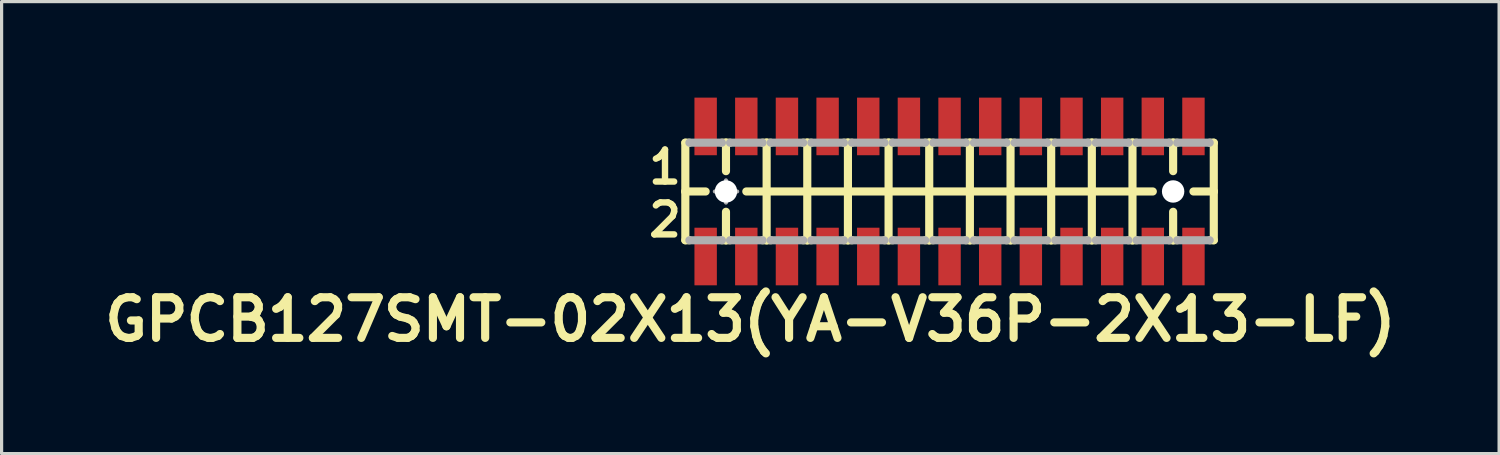
<source format=kicad_pcb>
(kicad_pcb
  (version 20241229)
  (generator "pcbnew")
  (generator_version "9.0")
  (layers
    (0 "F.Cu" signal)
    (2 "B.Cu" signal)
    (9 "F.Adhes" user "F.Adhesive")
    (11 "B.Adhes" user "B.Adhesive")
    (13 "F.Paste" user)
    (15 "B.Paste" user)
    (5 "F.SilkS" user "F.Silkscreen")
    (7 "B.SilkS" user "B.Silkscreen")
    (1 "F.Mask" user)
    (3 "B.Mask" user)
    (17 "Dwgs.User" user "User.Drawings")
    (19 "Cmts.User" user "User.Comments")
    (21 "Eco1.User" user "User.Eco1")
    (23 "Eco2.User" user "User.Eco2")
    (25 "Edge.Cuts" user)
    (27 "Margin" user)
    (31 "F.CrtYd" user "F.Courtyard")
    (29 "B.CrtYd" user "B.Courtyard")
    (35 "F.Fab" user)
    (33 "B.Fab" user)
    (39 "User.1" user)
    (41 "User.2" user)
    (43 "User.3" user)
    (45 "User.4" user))
  (footprint "GPCB127SMT-02X13(YA-V36P-2X13-LF)"
    (layer "F.Cu")
    (at 26.616 2.932)
    (property "Reference" "GPCB127SMT-02X13(YA-V36P-2X13-LF)" (at -6.223 4 0) (layer "F.SilkS") (effects (font (size 1.27 1.27) (thickness 0.254))))
    (attr smd)
    (fp_line (start -8.255 -1.524) (end -8.255 0) (stroke (width 0.254) (type solid)) (layer "F.SilkS"))
    (fp_line (start -8.255 0) (end -8.255 1.524) (stroke (width 0.254) (type solid)) (layer "F.SilkS"))
    (fp_line (start -8.255 0) (end -7.62 0) (stroke (width 0.254) (type solid)) (layer "F.SilkS"))
    (fp_line (start -8.255 1.524) (end -8.128 1.524) (stroke (width 0.254) (type solid)) (layer "F.SilkS"))
    (fp_line (start -8.128 -1.524) (end -8.255 -1.524) (stroke (width 0.254) (type solid)) (layer "F.SilkS"))
    (fp_line (start -7.112 -1.524) (end -6.985 -1.524) (stroke (width 0.254) (type solid)) (layer "F.SilkS"))
    (fp_line (start -7.112 1.524) (end -6.985 1.524) (stroke (width 0.254) (type solid)) (layer "F.SilkS"))
    (fp_line (start -6.985 -1.524) (end -6.858 -1.524) (stroke (width 0.254) (type solid)) (layer "F.SilkS"))
    (fp_line (start -6.985 -0.635) (end -6.985 -1.524) (stroke (width 0.254) (type solid)) (layer "F.SilkS"))
    (fp_line (start -6.985 1.524) (end -6.985 0.635) (stroke (width 0.254) (type solid)) (layer "F.SilkS"))
    (fp_line (start -6.985 1.524) (end -6.858 1.524) (stroke (width 0.254) (type solid)) (layer "F.SilkS"))
    (fp_line (start -6.35 0) (end -5.715 0) (stroke (width 0.254) (type solid)) (layer "F.SilkS"))
    (fp_line (start -5.842 -1.524) (end -5.715 -1.524) (stroke (width 0.254) (type solid)) (layer "F.SilkS"))
    (fp_line (start -5.842 1.524) (end -5.715 1.524) (stroke (width 0.254) (type solid)) (layer "F.SilkS"))
    (fp_line (start -5.715 -1.524) (end -5.588 -1.524) (stroke (width 0.254) (type solid)) (layer "F.SilkS"))
    (fp_line (start -5.715 0) (end -5.715 -1.524) (stroke (width 0.254) (type solid)) (layer "F.SilkS"))
    (fp_line (start -5.715 0) (end -4.445 0) (stroke (width 0.254) (type solid)) (layer "F.SilkS"))
    (fp_line (start -5.715 1.524) (end -5.715 0) (stroke (width 0.254) (type solid)) (layer "F.SilkS"))
    (fp_line (start -5.715 1.524) (end -5.588 1.524) (stroke (width 0.254) (type solid)) (layer "F.SilkS"))
    (fp_line (start -4.572 -1.524) (end -4.445 -1.524) (stroke (width 0.254) (type solid)) (layer "F.SilkS"))
    (fp_line (start -4.572 1.524) (end -4.445 1.524) (stroke (width 0.254) (type solid)) (layer "F.SilkS"))
    (fp_line (start -4.445 -1.524) (end -4.318 -1.524) (stroke (width 0.254) (type solid)) (layer "F.SilkS"))
    (fp_line (start -4.445 0) (end -4.445 -1.524) (stroke (width 0.254) (type solid)) (layer "F.SilkS"))
    (fp_line (start -4.445 0) (end -3.175 0) (stroke (width 0.254) (type solid)) (layer "F.SilkS"))
    (fp_line (start -4.445 1.524) (end -4.445 0) (stroke (width 0.254) (type solid)) (layer "F.SilkS"))
    (fp_line (start -4.445 1.524) (end -4.318 1.524) (stroke (width 0.254) (type solid)) (layer "F.SilkS"))
    (fp_line (start -3.302 -1.524) (end -3.175 -1.524) (stroke (width 0.254) (type solid)) (layer "F.SilkS"))
    (fp_line (start -3.302 1.524) (end -3.175 1.524) (stroke (width 0.254) (type solid)) (layer "F.SilkS"))
    (fp_line (start -3.175 -1.524) (end -3.048 -1.524) (stroke (width 0.254) (type solid)) (layer "F.SilkS"))
    (fp_line (start -3.175 0) (end -3.175 -1.524) (stroke (width 0.254) (type solid)) (layer "F.SilkS"))
    (fp_line (start -3.175 0) (end -1.905 0) (stroke (width 0.254) (type solid)) (layer "F.SilkS"))
    (fp_line (start -3.175 1.524) (end -3.175 0) (stroke (width 0.254) (type solid)) (layer "F.SilkS"))
    (fp_line (start -3.175 1.524) (end -3.048 1.524) (stroke (width 0.254) (type solid)) (layer "F.SilkS"))
    (fp_line (start -2.032 -1.524) (end -1.905 -1.524) (stroke (width 0.254) (type solid)) (layer "F.SilkS"))
    (fp_line (start -2.032 1.524) (end -1.905 1.524) (stroke (width 0.254) (type solid)) (layer "F.SilkS"))
    (fp_line (start -1.905 -1.524) (end -1.778 -1.524) (stroke (width 0.254) (type solid)) (layer "F.SilkS"))
    (fp_line (start -1.905 0) (end -1.905 -1.524) (stroke (width 0.254) (type solid)) (layer "F.SilkS"))
    (fp_line (start -1.905 0) (end -0.635 0) (stroke (width 0.254) (type solid)) (layer "F.SilkS"))
    (fp_line (start -1.905 1.524) (end -1.905 0) (stroke (width 0.254) (type solid)) (layer "F.SilkS"))
    (fp_line (start -1.905 1.524) (end -1.778 1.524) (stroke (width 0.254) (type solid)) (layer "F.SilkS"))
    (fp_line (start -0.762 -1.524) (end -0.635 -1.524) (stroke (width 0.254) (type solid)) (layer "F.SilkS"))
    (fp_line (start -0.762 1.524) (end -0.635 1.524) (stroke (width 0.254) (type solid)) (layer "F.SilkS"))
    (fp_line (start -0.635 -1.524) (end -0.508 -1.524) (stroke (width 0.254) (type solid)) (layer "F.SilkS"))
    (fp_line (start -0.635 0) (end -0.635 -1.524) (stroke (width 0.254) (type solid)) (layer "F.SilkS"))
    (fp_line (start -0.635 0) (end 0.635 0) (stroke (width 0.254) (type solid)) (layer "F.SilkS"))
    (fp_line (start -0.635 1.524) (end -0.635 0) (stroke (width 0.254) (type solid)) (layer "F.SilkS"))
    (fp_line (start -0.635 1.524) (end -0.508 1.524) (stroke (width 0.254) (type solid)) (layer "F.SilkS"))
    (fp_line (start 0.508 -1.524) (end 0.635 -1.524) (stroke (width 0.254) (type solid)) (layer "F.SilkS"))
    (fp_line (start 0.508 1.524) (end 0.635 1.524) (stroke (width 0.254) (type solid)) (layer "F.SilkS"))
    (fp_line (start 0.635 -1.524) (end 0.762 -1.524) (stroke (width 0.254) (type solid)) (layer "F.SilkS"))
    (fp_line (start 0.635 0) (end 0.635 -1.524) (stroke (width 0.254) (type solid)) (layer "F.SilkS"))
    (fp_line (start 0.635 0) (end 1.905 0) (stroke (width 0.254) (type solid)) (layer "F.SilkS"))
    (fp_line (start 0.635 1.524) (end 0.635 0) (stroke (width 0.254) (type solid)) (layer "F.SilkS"))
    (fp_line (start 0.635 1.524) (end 0.762 1.524) (stroke (width 0.254) (type solid)) (layer "F.SilkS"))
    (fp_line (start 1.778 -1.524) (end 1.905 -1.524) (stroke (width 0.254) (type solid)) (layer "F.SilkS"))
    (fp_line (start 1.778 1.524) (end 1.905 1.524) (stroke (width 0.254) (type solid)) (layer "F.SilkS"))
    (fp_line (start 1.905 -1.524) (end 2.032 -1.524) (stroke (width 0.254) (type solid)) (layer "F.SilkS"))
    (fp_line (start 1.905 0) (end 1.905 -1.524) (stroke (width 0.254) (type solid)) (layer "F.SilkS"))
    (fp_line (start 1.905 0) (end 3.175 0) (stroke (width 0.254) (type solid)) (layer "F.SilkS"))
    (fp_line (start 1.905 1.524) (end 1.905 0) (stroke (width 0.254) (type solid)) (layer "F.SilkS"))
    (fp_line (start 1.905 1.524) (end 2.032 1.524) (stroke (width 0.254) (type solid)) (layer "F.SilkS"))
    (fp_line (start 3.048 -1.524) (end 3.302 -1.524) (stroke (width 0.254) (type solid)) (layer "F.SilkS"))
    (fp_line (start 3.048 1.524) (end 3.175 1.524) (stroke (width 0.254) (type solid)) (layer "F.SilkS"))
    (fp_line (start 3.175 0) (end 3.175 -1.524) (stroke (width 0.254) (type solid)) (layer "F.SilkS"))
    (fp_line (start 3.175 0) (end 4.445 0) (stroke (width 0.254) (type solid)) (layer "F.SilkS"))
    (fp_line (start 3.175 1.524) (end 3.175 0) (stroke (width 0.254) (type solid)) (layer "F.SilkS"))
    (fp_line (start 3.175 1.524) (end 3.302 1.524) (stroke (width 0.254) (type solid)) (layer "F.SilkS"))
    (fp_line (start 4.318 -1.524) (end 4.445 -1.524) (stroke (width 0.254) (type solid)) (layer "F.SilkS"))
    (fp_line (start 4.445 -1.524) (end 4.445 0) (stroke (width 0.254) (type solid)) (layer "F.SilkS"))
    (fp_line (start 4.445 0) (end 4.445 1.524) (stroke (width 0.254) (type solid)) (layer "F.SilkS"))
    (fp_line (start 4.445 0) (end 5.715 0) (stroke (width 0.254) (type solid)) (layer "F.SilkS"))
    (fp_line (start 4.445 1.524) (end 4.318 1.524) (stroke (width 0.254) (type solid)) (layer "F.SilkS"))
    (fp_line (start 4.445 1.524) (end 4.572 1.524) (stroke (width 0.254) (type solid)) (layer "F.SilkS"))
    (fp_line (start 4.572 -1.524) (end 4.445 -1.524) (stroke (width 0.254) (type solid)) (layer "F.SilkS"))
    (fp_line (start 5.588 -1.524) (end 5.715 -1.524) (stroke (width 0.254) (type solid)) (layer "F.SilkS"))
    (fp_line (start 5.588 1.524) (end 5.715 1.524) (stroke (width 0.254) (type solid)) (layer "F.SilkS"))
    (fp_line (start 5.715 -1.524) (end 5.842 -1.524) (stroke (width 0.254) (type solid)) (layer "F.SilkS"))
    (fp_line (start 5.715 0) (end 5.715 -1.524) (stroke (width 0.254) (type solid)) (layer "F.SilkS"))
    (fp_line (start 5.715 0) (end 6.35 0) (stroke (width 0.254) (type solid)) (layer "F.SilkS"))
    (fp_line (start 5.715 1.524) (end 5.715 0) (stroke (width 0.254) (type solid)) (layer "F.SilkS"))
    (fp_line (start 5.715 1.524) (end 5.842 1.524) (stroke (width 0.254) (type solid)) (layer "F.SilkS"))
    (fp_line (start 6.858 -1.524) (end 6.985 -1.524) (stroke (width 0.254) (type solid)) (layer "F.SilkS"))
    (fp_line (start 6.858 1.524) (end 6.985 1.524) (stroke (width 0.254) (type solid)) (layer "F.SilkS"))
    (fp_line (start 6.985 -1.524) (end 7.112 -1.524) (stroke (width 0.254) (type solid)) (layer "F.SilkS"))
    (fp_line (start 6.985 -0.635) (end 6.985 -1.524) (stroke (width 0.254) (type solid)) (layer "F.SilkS"))
    (fp_line (start 6.985 1.524) (end 6.985 0.635) (stroke (width 0.254) (type solid)) (layer "F.SilkS"))
    (fp_line (start 6.985 1.524) (end 7.112 1.524) (stroke (width 0.254) (type solid)) (layer "F.SilkS"))
    (fp_line (start 7.62 0) (end 8.255 0) (stroke (width 0.254) (type solid)) (layer "F.SilkS"))
    (fp_line (start 8.128 -1.524) (end 8.255 -1.524) (stroke (width 0.254) (type solid)) (layer "F.SilkS"))
    (fp_line (start 8.128 1.524) (end 8.255 1.524) (stroke (width 0.254) (type solid)) (layer "F.SilkS"))
    (fp_line (start 8.255 0) (end 8.255 -1.524) (stroke (width 0.254) (type solid)) (layer "F.SilkS"))
    (fp_line (start 8.255 1.524) (end 8.255 0) (stroke (width 0.254) (type solid)) (layer "F.SilkS"))
    (fp_line (start -8.128 -1.524) (end -7.112 -1.524) (stroke (width 0.254) (type solid)) (layer "F.Fab"))
    (fp_line (start -8.128 1.524) (end -7.112 1.524) (stroke (width 0.254) (type solid)) (layer "F.Fab"))
    (fp_line (start -7.333 0) (end -6.634 0) (stroke (width 0.127) (type solid)) (layer "F.Fab"))
    (fp_line (start -6.985 0.348) (end -6.985 -0.348) (stroke (width 0.127) (type solid)) (layer "F.Fab"))
    (fp_line (start -6.858 -1.524) (end -5.842 -1.524) (stroke (width 0.254) (type solid)) (layer "F.Fab"))
    (fp_line (start -6.858 1.524) (end -5.842 1.524) (stroke (width 0.254) (type solid)) (layer "F.Fab"))
    (fp_line (start -5.588 -1.524) (end -4.572 -1.524) (stroke (width 0.254) (type solid)) (layer "F.Fab"))
    (fp_line (start -5.588 1.524) (end -4.572 1.524) (stroke (width 0.254) (type solid)) (layer "F.Fab"))
    (fp_line (start -4.318 -1.524) (end -3.302 -1.524) (stroke (width 0.254) (type solid)) (layer "F.Fab"))
    (fp_line (start -4.318 1.524) (end -3.302 1.524) (stroke (width 0.254) (type solid)) (layer "F.Fab"))
    (fp_line (start -3.048 -1.524) (end -2.032 -1.524) (stroke (width 0.254) (type solid)) (layer "F.Fab"))
    (fp_line (start -3.048 1.524) (end -2.032 1.524) (stroke (width 0.254) (type solid)) (layer "F.Fab"))
    (fp_line (start -1.778 -1.524) (end -0.762 -1.524) (stroke (width 0.254) (type solid)) (layer "F.Fab"))
    (fp_line (start -1.778 1.524) (end -0.762 1.524) (stroke (width 0.254) (type solid)) (layer "F.Fab"))
    (fp_line (start -0.508 -1.524) (end 0.508 -1.524) (stroke (width 0.254) (type solid)) (layer "F.Fab"))
    (fp_line (start -0.508 1.524) (end 0.508 1.524) (stroke (width 0.254) (type solid)) (layer "F.Fab"))
    (fp_line (start 0.762 -1.524) (end 1.778 -1.524) (stroke (width 0.254) (type solid)) (layer "F.Fab"))
    (fp_line (start 0.762 1.524) (end 1.778 1.524) (stroke (width 0.254) (type solid)) (layer "F.Fab"))
    (fp_line (start 2.032 -1.524) (end 3.048 -1.524) (stroke (width 0.254) (type solid)) (layer "F.Fab"))
    (fp_line (start 2.032 1.524) (end 3.048 1.524) (stroke (width 0.254) (type solid)) (layer "F.Fab"))
    (fp_line (start 3.302 -1.524) (end 4.318 -1.524) (stroke (width 0.254) (type solid)) (layer "F.Fab"))
    (fp_line (start 3.302 1.524) (end 4.318 1.524) (stroke (width 0.254) (type solid)) (layer "F.Fab"))
    (fp_line (start 4.572 -1.524) (end 5.588 -1.524) (stroke (width 0.254) (type solid)) (layer "F.Fab"))
    (fp_line (start 4.572 1.524) (end 5.588 1.524) (stroke (width 0.254) (type solid)) (layer "F.Fab"))
    (fp_line (start 5.842 -1.524) (end 6.858 -1.524) (stroke (width 0.254) (type solid)) (layer "F.Fab"))
    (fp_line (start 5.842 1.524) (end 6.858 1.524) (stroke (width 0.254) (type solid)) (layer "F.Fab"))
    (fp_line (start 7.112 -1.524) (end 8.128 -1.524) (stroke (width 0.254) (type solid)) (layer "F.Fab"))
    (fp_line (start 7.112 1.524) (end 8.128 1.524) (stroke (width 0.254) (type solid)) (layer "F.Fab"))
    (fp_circle (center -6.985 0) (end -7.158 0.173) (stroke (width 0.127) (type solid)) (fill no) (layer "F.Fab"))
    (fp_text user "1" (at -8.89 -0.762 0) (layer "F.SilkS") (effects (font (size 1 1) (thickness 0.2))))
    (fp_text user "2" (at -8.89 0.889 0) (layer "F.SilkS") (effects (font (size 1 1) (thickness 0.2))))
    (pad "" np_thru_hole circle (at -6.985 0 90) (size 0.7 0.7) (drill 0.7) (layers "*.Cu" "*.Mask"))
    (pad "" np_thru_hole circle (at 6.985 0 90) (size 0.7 0.7) (drill 0.7) (layers "*.Cu" "*.Mask"))
    (pad "1" smd rect (at -7.62 -2.032 270) (size 1.8 0.7) (layers "F.Cu" "F.Mask" "F.Paste"))
    (pad "2" smd rect (at -7.62 2.032 270) (size 1.8 0.7) (layers "F.Cu" "F.Mask" "F.Paste"))
    (pad "3" smd rect (at -6.35 -2.032 270) (size 1.8 0.7) (layers "F.Cu" "F.Mask" "F.Paste"))
    (pad "4" smd rect (at -6.35 2.032 270) (size 1.8 0.7) (layers "F.Cu" "F.Mask" "F.Paste"))
    (pad "5" smd rect (at -5.08 -2.032 270) (size 1.8 0.7) (layers "F.Cu" "F.Mask" "F.Paste"))
    (pad "6" smd rect (at -5.08 2.032 270) (size 1.8 0.7) (layers "F.Cu" "F.Mask" "F.Paste"))
    (pad "7" smd rect (at -3.81 -2.032 270) (size 1.8 0.7) (layers "F.Cu" "F.Mask" "F.Paste"))
    (pad "8" smd rect (at -3.81 2.032 270) (size 1.8 0.7) (layers "F.Cu" "F.Mask" "F.Paste"))
    (pad "9" smd rect (at -2.54 -2.032 270) (size 1.8 0.7) (layers "F.Cu" "F.Mask" "F.Paste"))
    (pad "10" smd rect (at -2.54 2.032 270) (size 1.8 0.7) (layers "F.Cu" "F.Mask" "F.Paste"))
    (pad "11" smd rect (at -1.27 -2.032 270) (size 1.8 0.7) (layers "F.Cu" "F.Mask" "F.Paste"))
    (pad "12" smd rect (at -1.27 2.032 270) (size 1.8 0.7) (layers "F.Cu" "F.Mask" "F.Paste"))
    (pad "13" smd rect (at 0 -2.032 90) (size 1.8 0.7) (layers "F.Cu" "F.Mask" "F.Paste"))
    (pad "14" smd rect (at 0 2.032 90) (size 1.8 0.7) (layers "F.Cu" "F.Mask" "F.Paste"))
    (pad "15" smd rect (at 1.27 -2.032 90) (size 1.8 0.7) (layers "F.Cu" "F.Mask" "F.Paste"))
    (pad "16" smd rect (at 1.27 2.032 90) (size 1.8 0.7) (layers "F.Cu" "F.Mask" "F.Paste"))
    (pad "17" smd rect (at 2.54 -2.032 90) (size 1.8 0.7) (layers "F.Cu" "F.Mask" "F.Paste"))
    (pad "18" smd rect (at 2.54 2.032 90) (size 1.8 0.7) (layers "F.Cu" "F.Mask" "F.Paste"))
    (pad "19" smd rect (at 3.81 -2.032 90) (size 1.8 0.7) (layers "F.Cu" "F.Mask" "F.Paste"))
    (pad "20" smd rect (at 3.81 2.032 90) (size 1.8 0.7) (layers "F.Cu" "F.Mask" "F.Paste"))
    (pad "21" smd rect (at 5.08 -2.032 270) (size 1.8 0.7) (layers "F.Cu" "F.Mask" "F.Paste"))
    (pad "22" smd rect (at 5.08 2.032 270) (size 1.8 0.7) (layers "F.Cu" "F.Mask" "F.Paste"))
    (pad "23" smd rect (at 6.35 -2.032 270) (size 1.8 0.7) (layers "F.Cu" "F.Mask" "F.Paste"))
    (pad "24" smd rect (at 6.35 2.032 270) (size 1.8 0.7) (layers "F.Cu" "F.Mask" "F.Paste"))
    (pad "25" smd rect (at 7.62 -2.032 270) (size 1.8 0.7) (layers "F.Cu" "F.Mask" "F.Paste"))
    (pad "26" smd rect (at 7.62 2.032 270) (size 1.8 0.7) (layers "F.Cu" "F.Mask" "F.Paste")))
  (gr_rect
    (start -3 -3)
    (end 43.785 11.121)
    (stroke (width 0.1) (type default))
    (fill no)
    (layer "Edge.Cuts")))
</source>
